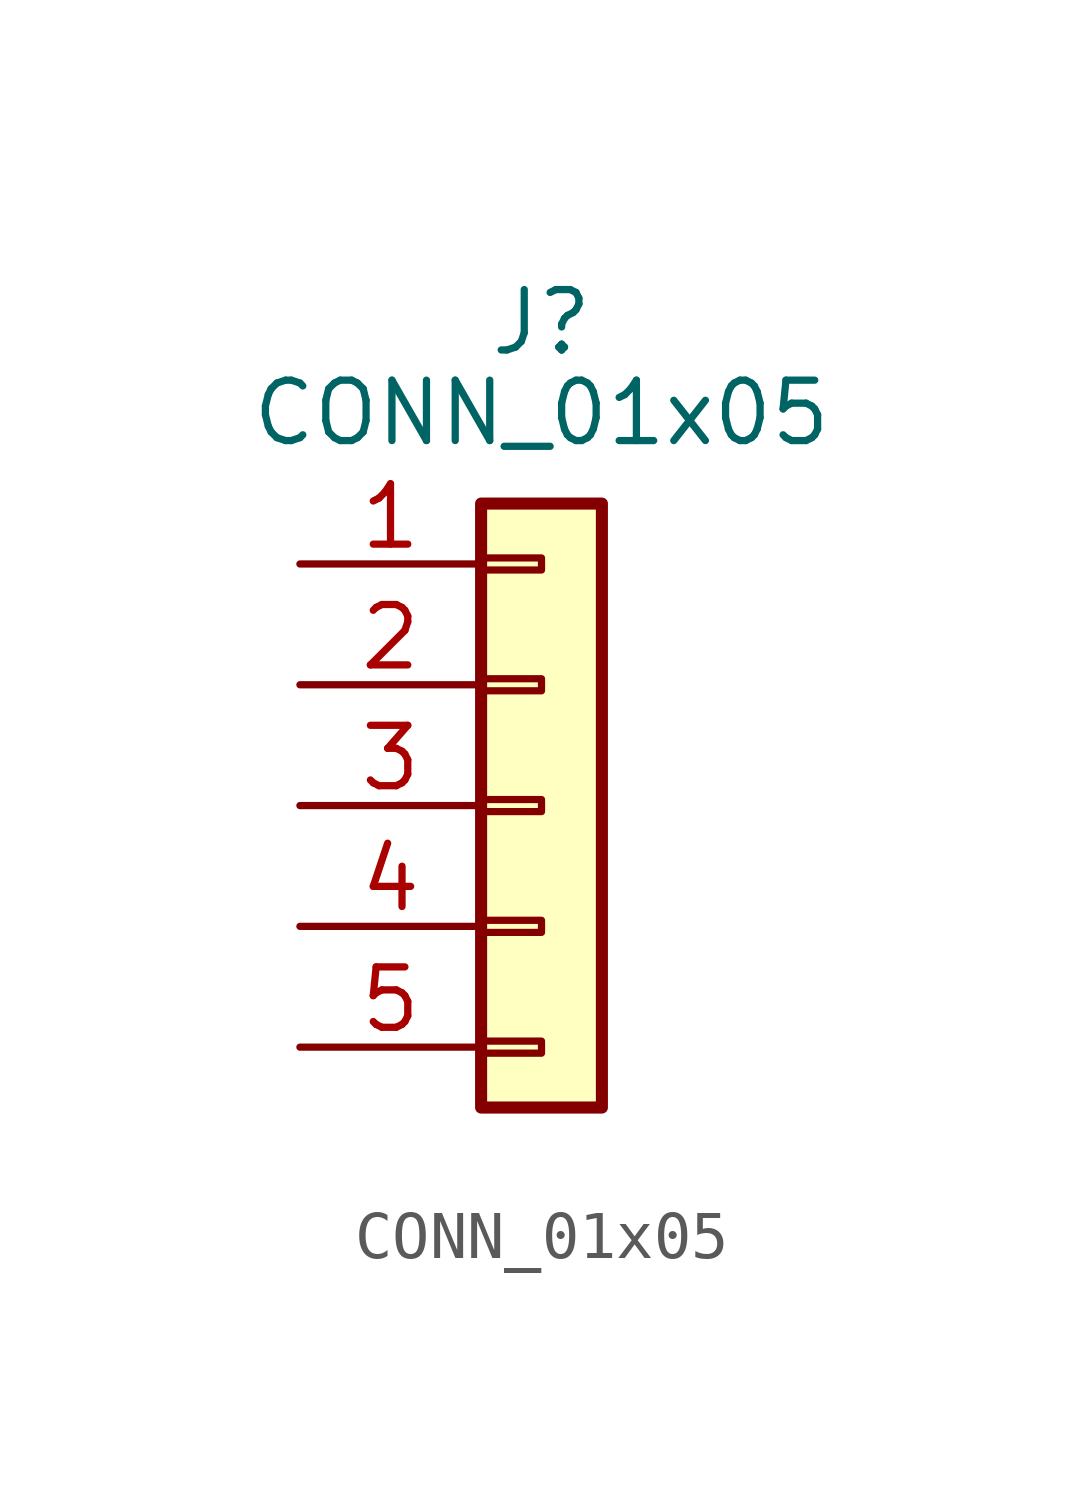
<source format=kicad_sym>
(kicad_symbol_lib
  (version 20211014)
  (generator kicad_symbol_editor)
  (symbol "CONN_01x05"
    (pin_names
      (offset 1.016))
    (property "Reference" "J"
      (at 0 10.16 0)
      (effects (font (size 1.27 1.27))))
    (property "Value" "CONN_01x05"
      (at 0 8.255 0)
      (effects (font (size 1.27 1.27))))
    (symbol "CONN_01x05_1_1"
      (rectangle (start -1.27 -4.953) (end 0 -5.207) (stroke (width 0.152) (type default) (color 0 0 0 0)) (fill (type none)))
      (rectangle (start -1.27 -2.413) (end 0 -2.667) (stroke (width 0.152) (type default) (color 0 0 0 0)) (fill (type none)))
      (rectangle (start -1.27 0.127) (end 0 -0.127) (stroke (width 0.152) (type default) (color 0 0 0 0)) (fill (type none)))
      (rectangle (start -1.27 2.667) (end 0 2.413) (stroke (width 0.152) (type default) (color 0 0 0 0)) (fill (type none)))
      (rectangle (start -1.27 5.207) (end 0 4.953) (stroke (width 0.152) (type default) (color 0 0 0 0)) (fill (type none)))
      (rectangle (start -1.27 6.35) (end 1.27 -6.35) (stroke (width 0.254) (type default) (color 0 0 0 0)) (fill (type background)))
      (pin passive line (at -5.08 5.08 0) (length 3.81) (name "~" (effects (font (size 1.27 1.27)))) (number "1" (effects (font (size 1.27 1.27)))))
      (pin passive line (at -5.08 2.54 0) (length 3.81) (name "~" (effects (font (size 1.27 1.27)))) (number "2" (effects (font (size 1.27 1.27)))))
      (pin passive line (at -5.08 0 0) (length 3.81) (name "~" (effects (font (size 1.27 1.27)))) (number "3" (effects (font (size 1.27 1.27)))))
      (pin passive line (at -5.08 -2.54 0) (length 3.81) (name "~" (effects (font (size 1.27 1.27)))) (number "4" (effects (font (size 1.27 1.27)))))
      (pin passive line (at -5.08 -5.08 0) (length 3.81) (name "~" (effects (font (size 1.27 1.27)))) (number "5" (effects (font (size 1.27 1.27))))))))
</source>
